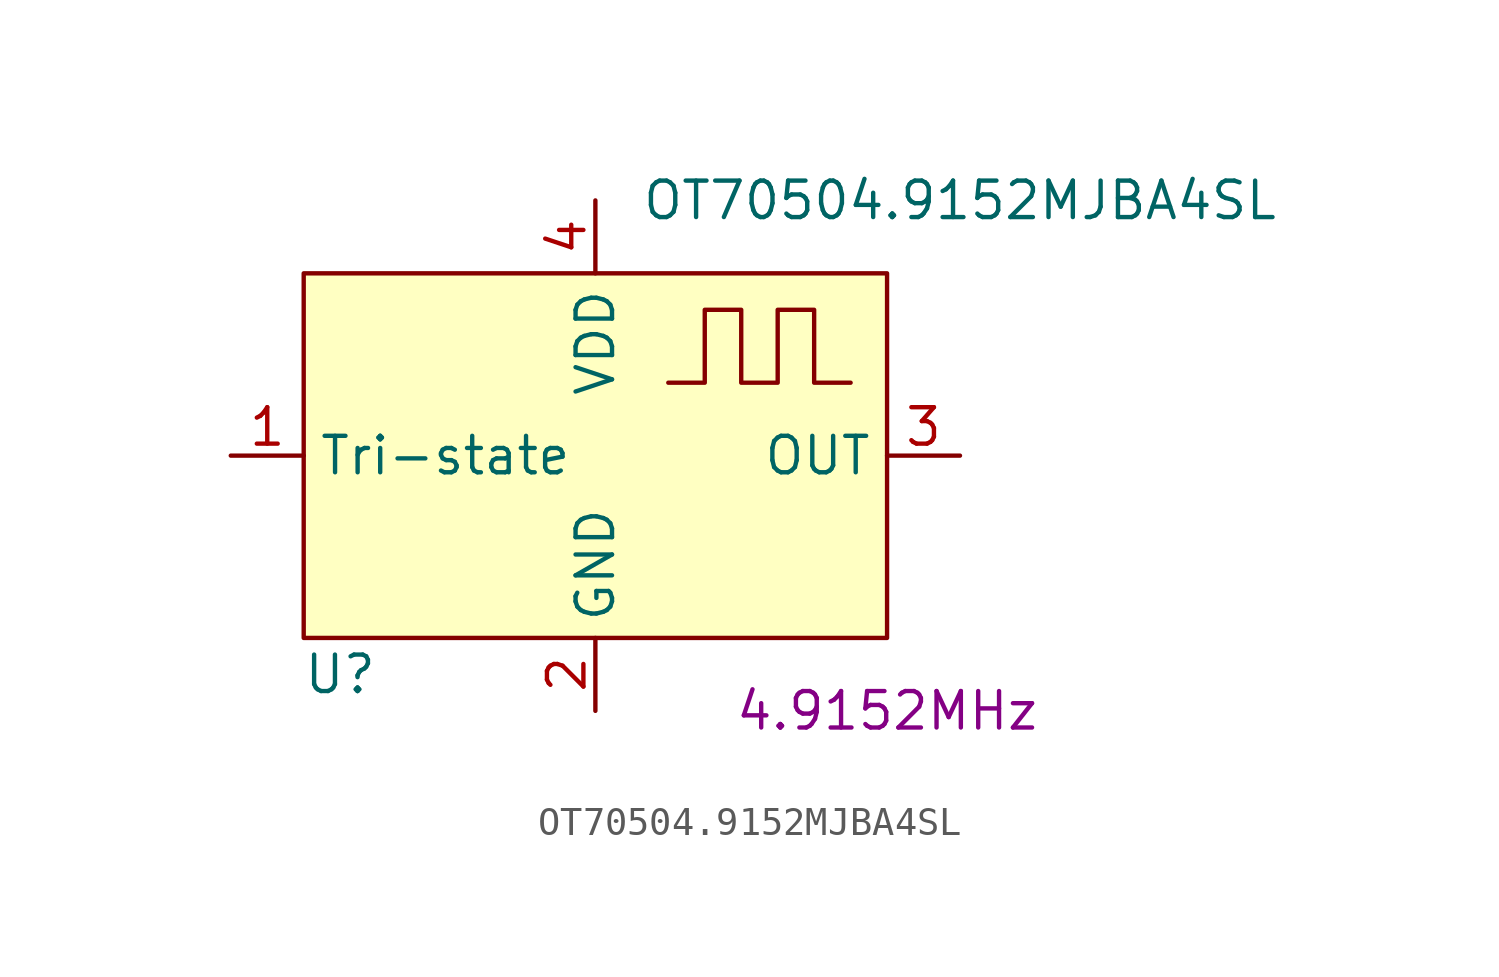
<source format=kicad_sym>
(kicad_symbol_lib
  (version 20220914)
  (generator kicad_symbol_editor)
  (symbol "OT70504.9152MJBA4SL"
    (property "Reference" "U"
      (at -8.89 -7.62 0)
      (effects (font (size 1.27 1.27))))
    (property "Value" "OT70504.9152MJBA4SL"
      (at 12.7 8.89 0)
      (effects (font (size 1.27 1.27))))
    (property "Frequency" "4.9152MHz"
      (at 10.16 -8.89 0)
      (effects (font (size 1.27 1.27))))
    (symbol "OT70504.9152MJBA4SL_0_1"
      (rectangle (start -10.16 6.35) (end 10.16 -6.35) (stroke (width 0) (type default)) (fill (type background)))
      (polyline (pts (xy 2.54 2.54) (xy 3.81 2.54) (xy 3.81 5.08) (xy 5.08 5.08) (xy 5.08 2.54) (xy 6.35 2.54) (xy 6.35 5.08) (xy 7.62 5.08) (xy 7.62 2.54) (xy 8.89 2.54)) (stroke (width 0) (type default)) (fill (type none))))
    (symbol "OT70504.9152MJBA4SL_1_1"
      (pin input line (at -12.7 0 0) (length 2.54) (name "Tri-state" (effects (font (size 1.27 1.27)))) (number "1" (effects (font (size 1.27 1.27)))))
      (pin power_in line (at 0 -8.89 90) (length 2.54) (name "GND" (effects (font (size 1.27 1.27)))) (number "2" (effects (font (size 1.27 1.27)))))
      (pin passive line (at 12.7 0 180) (length 2.54) (name "OUT" (effects (font (size 1.27 1.27)))) (number "3" (effects (font (size 1.27 1.27)))))
      (pin power_in line (at 0 8.89 270) (length 2.54) (name "VDD" (effects (font (size 1.27 1.27)))) (number "4" (effects (font (size 1.27 1.27))))))))
</source>
